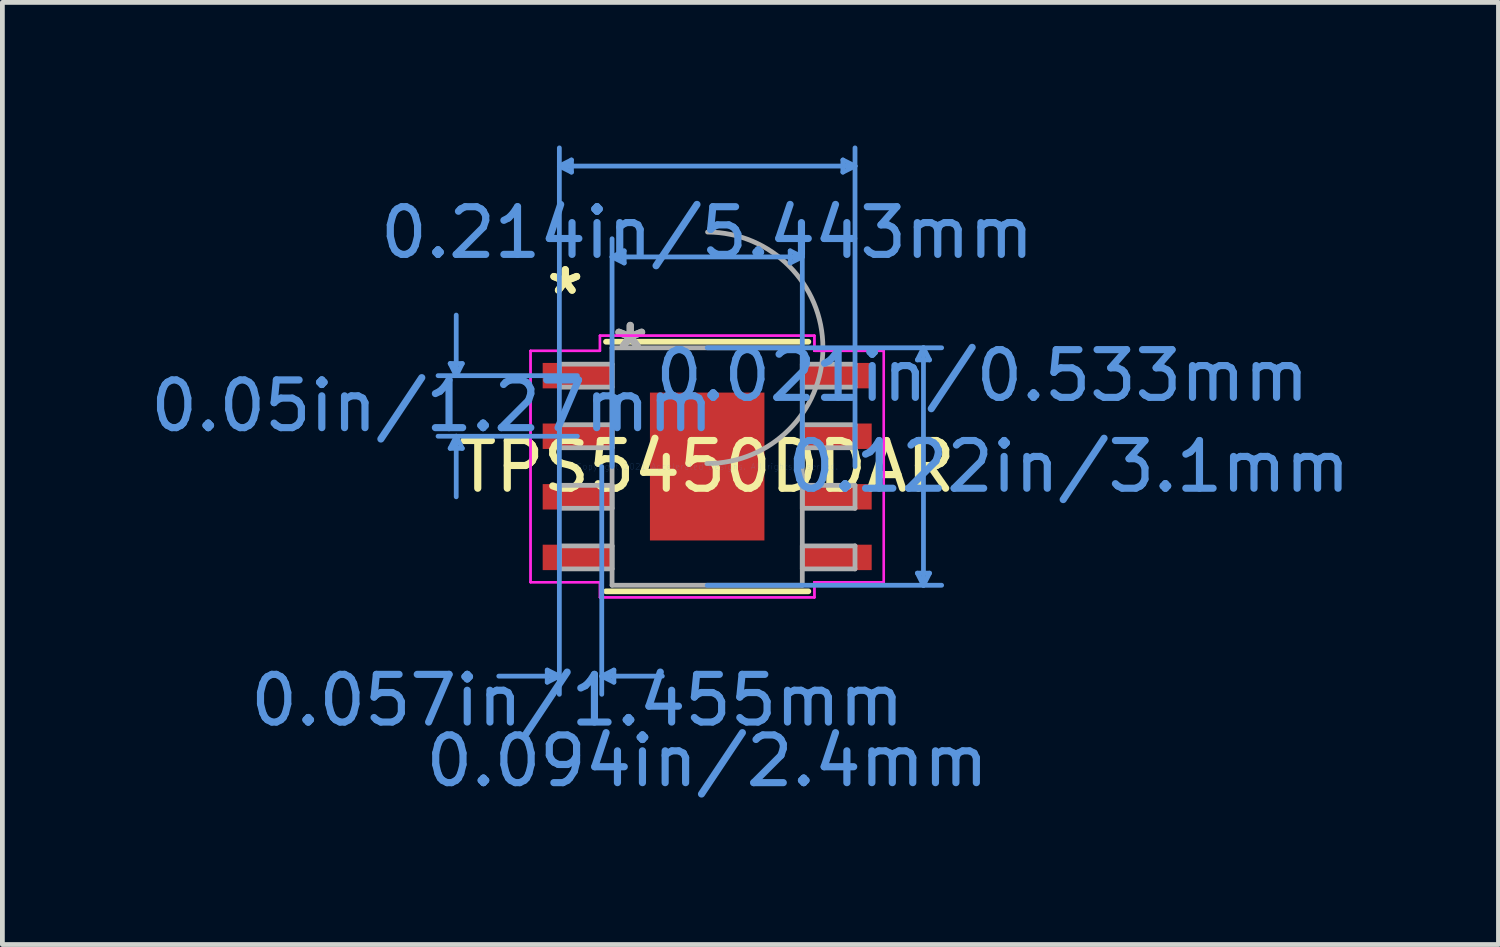
<source format=kicad_pcb>
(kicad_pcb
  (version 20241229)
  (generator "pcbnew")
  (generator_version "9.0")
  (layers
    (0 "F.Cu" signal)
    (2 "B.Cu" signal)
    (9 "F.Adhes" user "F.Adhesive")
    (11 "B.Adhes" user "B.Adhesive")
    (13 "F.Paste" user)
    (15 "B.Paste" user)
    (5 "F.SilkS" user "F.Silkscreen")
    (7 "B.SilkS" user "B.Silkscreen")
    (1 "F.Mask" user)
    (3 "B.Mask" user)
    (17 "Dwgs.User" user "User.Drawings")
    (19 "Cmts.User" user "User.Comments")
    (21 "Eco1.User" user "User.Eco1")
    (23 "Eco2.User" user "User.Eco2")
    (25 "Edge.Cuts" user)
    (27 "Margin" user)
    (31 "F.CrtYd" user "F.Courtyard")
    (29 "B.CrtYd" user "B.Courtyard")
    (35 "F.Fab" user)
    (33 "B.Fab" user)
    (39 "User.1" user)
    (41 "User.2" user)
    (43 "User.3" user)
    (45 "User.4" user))
  (footprint "TPS5450DDAR"
    (layer "F.Cu")
    (at 11.775 6.73)
    (property "Reference" "TPS5450DDAR" (at 0 0 0) (layer "F.SilkS") (effects (font (size 1 1) (thickness 0.15))))
    (attr through_hole)
    (fp_line (start -2.121 2.616) (end 2.121 2.616) (stroke (width 0.12) (type solid)) (layer "F.SilkS"))
    (fp_line (start 2.121 -2.616) (end -2.121 -2.616) (stroke (width 0.12) (type solid)) (layer "F.SilkS"))
    (fp_poly (pts (xy -1.1 -1.45) (xy -1.1 -0.1) (xy 1.1 -0.1) (xy 1.1 -1.45)) (stroke (width 0.1) (type solid)) (fill yes) (layer "F.Paste"))
    (fp_poly (pts (xy -1.1 0.1) (xy -1.1 1.45) (xy 1.1 1.45) (xy 1.1 0.1)) (stroke (width 0.1) (type solid)) (fill yes) (layer "F.Paste"))
    (fp_line (start -5.388 -2.159) (end -5.134 -2.159) (stroke (width 0.1) (type solid)) (layer "Cmts.User"))
    (fp_line (start -5.388 -0.381) (end -5.134 -0.381) (stroke (width 0.1) (type solid)) (layer "Cmts.User"))
    (fp_line (start -5.261 -1.905) (end -5.388 -2.159) (stroke (width 0.1) (type solid)) (layer "Cmts.User"))
    (fp_line (start -5.261 -1.905) (end -5.261 -3.175) (stroke (width 0.1) (type solid)) (layer "Cmts.User"))
    (fp_line (start -5.261 -1.905) (end -5.134 -2.159) (stroke (width 0.1) (type solid)) (layer "Cmts.User"))
    (fp_line (start -5.261 -0.635) (end -5.388 -0.381) (stroke (width 0.1) (type solid)) (layer "Cmts.User"))
    (fp_line (start -5.261 -0.635) (end -5.261 0.635) (stroke (width 0.1) (type solid)) (layer "Cmts.User"))
    (fp_line (start -5.261 -0.635) (end -5.134 -0.381) (stroke (width 0.1) (type solid)) (layer "Cmts.User"))
    (fp_line (start -3.353 4.267) (end -3.353 4.521) (stroke (width 0.1) (type solid)) (layer "Cmts.User"))
    (fp_line (start -3.099 -6.299) (end -2.845 -6.426) (stroke (width 0.1) (type solid)) (layer "Cmts.User"))
    (fp_line (start -3.099 -6.299) (end -2.845 -6.172) (stroke (width 0.1) (type solid)) (layer "Cmts.User"))
    (fp_line (start -3.099 -6.299) (end 3.099 -6.299) (stroke (width 0.1) (type solid)) (layer "Cmts.User"))
    (fp_line (start -3.099 0) (end -3.099 -6.68) (stroke (width 0.1) (type solid)) (layer "Cmts.User"))
    (fp_line (start -3.099 0) (end -3.099 4.775) (stroke (width 0.1) (type solid)) (layer "Cmts.User"))
    (fp_line (start -3.099 4.394) (end -4.369 4.394) (stroke (width 0.1) (type solid)) (layer "Cmts.User"))
    (fp_line (start -3.099 4.394) (end -3.353 4.267) (stroke (width 0.1) (type solid)) (layer "Cmts.User"))
    (fp_line (start -3.099 4.394) (end -3.353 4.521) (stroke (width 0.1) (type solid)) (layer "Cmts.User"))
    (fp_line (start -2.845 -6.426) (end -2.845 -6.172) (stroke (width 0.1) (type solid)) (layer "Cmts.User"))
    (fp_line (start -2.721 -1.905) (end -5.642 -1.905) (stroke (width 0.1) (type solid)) (layer "Cmts.User"))
    (fp_line (start -2.721 -0.635) (end -5.642 -0.635) (stroke (width 0.1) (type solid)) (layer "Cmts.User"))
    (fp_line (start -2.21 0) (end -2.21 4.775) (stroke (width 0.1) (type solid)) (layer "Cmts.User"))
    (fp_line (start -2.21 4.394) (end -1.956 4.267) (stroke (width 0.1) (type solid)) (layer "Cmts.User"))
    (fp_line (start -2.21 4.394) (end -1.956 4.521) (stroke (width 0.1) (type solid)) (layer "Cmts.User"))
    (fp_line (start -2.21 4.394) (end -0.94 4.394) (stroke (width 0.1) (type solid)) (layer "Cmts.User"))
    (fp_line (start -1.994 -4.394) (end -1.74 -4.521) (stroke (width 0.1) (type solid)) (layer "Cmts.User"))
    (fp_line (start -1.994 -4.394) (end -1.74 -4.267) (stroke (width 0.1) (type solid)) (layer "Cmts.User"))
    (fp_line (start -1.994 -4.394) (end 1.994 -4.394) (stroke (width 0.1) (type solid)) (layer "Cmts.User"))
    (fp_line (start -1.994 0) (end -1.994 -4.775) (stroke (width 0.1) (type solid)) (layer "Cmts.User"))
    (fp_line (start -1.956 4.267) (end -1.956 4.521) (stroke (width 0.1) (type solid)) (layer "Cmts.User"))
    (fp_line (start -1.74 -4.521) (end -1.74 -4.267) (stroke (width 0.1) (type solid)) (layer "Cmts.User"))
    (fp_line (start 0 -2.489) (end 4.915 -2.489) (stroke (width 0.1) (type solid)) (layer "Cmts.User"))
    (fp_line (start 0 2.489) (end 4.915 2.489) (stroke (width 0.1) (type solid)) (layer "Cmts.User"))
    (fp_line (start 1.74 -4.521) (end 1.74 -4.267) (stroke (width 0.1) (type solid)) (layer "Cmts.User"))
    (fp_line (start 1.994 -4.394) (end 1.74 -4.521) (stroke (width 0.1) (type solid)) (layer "Cmts.User"))
    (fp_line (start 1.994 -4.394) (end 1.74 -4.267) (stroke (width 0.1) (type solid)) (layer "Cmts.User"))
    (fp_line (start 1.994 0) (end 1.994 -4.775) (stroke (width 0.1) (type solid)) (layer "Cmts.User"))
    (fp_line (start 2.845 -6.426) (end 2.845 -6.172) (stroke (width 0.1) (type solid)) (layer "Cmts.User"))
    (fp_line (start 3.099 -6.299) (end 2.845 -6.426) (stroke (width 0.1) (type solid)) (layer "Cmts.User"))
    (fp_line (start 3.099 -6.299) (end 2.845 -6.172) (stroke (width 0.1) (type solid)) (layer "Cmts.User"))
    (fp_line (start 3.099 0) (end 3.099 -6.68) (stroke (width 0.1) (type solid)) (layer "Cmts.User"))
    (fp_line (start 4.407 -2.235) (end 4.661 -2.235) (stroke (width 0.1) (type solid)) (layer "Cmts.User"))
    (fp_line (start 4.407 2.235) (end 4.661 2.235) (stroke (width 0.1) (type solid)) (layer "Cmts.User"))
    (fp_line (start 4.534 -2.489) (end 4.407 -2.235) (stroke (width 0.1) (type solid)) (layer "Cmts.User"))
    (fp_line (start 4.534 -2.489) (end 4.534 2.489) (stroke (width 0.1) (type solid)) (layer "Cmts.User"))
    (fp_line (start 4.534 -2.489) (end 4.661 -2.235) (stroke (width 0.1) (type solid)) (layer "Cmts.User"))
    (fp_line (start 4.534 2.489) (end 4.407 2.235) (stroke (width 0.1) (type solid)) (layer "Cmts.User"))
    (fp_line (start 4.534 2.489) (end 4.661 2.235) (stroke (width 0.1) (type solid)) (layer "Cmts.User"))
    (fp_line (start -3.703 -2.425) (end -2.248 -2.425) (stroke (width 0.05) (type solid)) (layer "F.CrtYd"))
    (fp_line (start -3.703 -2.425) (end -2.248 -2.425) (stroke (width 0.05) (type solid)) (layer "F.CrtYd"))
    (fp_line (start -3.703 2.425) (end -3.703 -2.425) (stroke (width 0.05) (type solid)) (layer "F.CrtYd"))
    (fp_line (start -3.703 2.425) (end -3.703 -2.425) (stroke (width 0.05) (type solid)) (layer "F.CrtYd"))
    (fp_line (start -3.703 2.425) (end -2.248 2.425) (stroke (width 0.05) (type solid)) (layer "F.CrtYd"))
    (fp_line (start -2.248 -2.743) (end 2.248 -2.743) (stroke (width 0.05) (type solid)) (layer "F.CrtYd"))
    (fp_line (start -2.248 -2.743) (end 2.248 -2.743) (stroke (width 0.05) (type solid)) (layer "F.CrtYd"))
    (fp_line (start -2.248 -2.425) (end -2.248 -2.743) (stroke (width 0.05) (type solid)) (layer "F.CrtYd"))
    (fp_line (start -2.248 -2.425) (end -2.248 -2.743) (stroke (width 0.05) (type solid)) (layer "F.CrtYd"))
    (fp_line (start -2.248 2.425) (end -3.703 2.425) (stroke (width 0.05) (type solid)) (layer "F.CrtYd"))
    (fp_line (start -2.248 2.743) (end -2.248 2.425) (stroke (width 0.05) (type solid)) (layer "F.CrtYd"))
    (fp_line (start -2.248 2.743) (end -2.248 2.425) (stroke (width 0.05) (type solid)) (layer "F.CrtYd"))
    (fp_line (start 2.248 -2.743) (end 2.248 -2.425) (stroke (width 0.05) (type solid)) (layer "F.CrtYd"))
    (fp_line (start 2.248 -2.743) (end 2.248 -2.425) (stroke (width 0.05) (type solid)) (layer "F.CrtYd"))
    (fp_line (start 2.248 -2.425) (end 3.703 -2.425) (stroke (width 0.05) (type solid)) (layer "F.CrtYd"))
    (fp_line (start 2.248 2.425) (end 2.248 2.743) (stroke (width 0.05) (type solid)) (layer "F.CrtYd"))
    (fp_line (start 2.248 2.425) (end 2.248 2.743) (stroke (width 0.05) (type solid)) (layer "F.CrtYd"))
    (fp_line (start 2.248 2.743) (end -2.248 2.743) (stroke (width 0.05) (type solid)) (layer "F.CrtYd"))
    (fp_line (start 2.248 2.743) (end -2.248 2.743) (stroke (width 0.05) (type solid)) (layer "F.CrtYd"))
    (fp_line (start 3.703 -2.425) (end 2.248 -2.425) (stroke (width 0.05) (type solid)) (layer "F.CrtYd"))
    (fp_line (start 3.703 -2.425) (end 3.703 2.425) (stroke (width 0.05) (type solid)) (layer "F.CrtYd"))
    (fp_line (start 3.703 -2.425) (end 3.703 2.425) (stroke (width 0.05) (type solid)) (layer "F.CrtYd"))
    (fp_line (start 3.703 2.425) (end 2.248 2.425) (stroke (width 0.05) (type solid)) (layer "F.CrtYd"))
    (fp_line (start 3.703 2.425) (end 2.248 2.425) (stroke (width 0.05) (type solid)) (layer "F.CrtYd"))
    (fp_line (start -3.099 -2.146) (end -3.099 -1.664) (stroke (width 0.1) (type solid)) (layer "F.Fab"))
    (fp_line (start -3.099 -1.664) (end -1.994 -1.664) (stroke (width 0.1) (type solid)) (layer "F.Fab"))
    (fp_line (start -3.099 -0.876) (end -3.099 -0.394) (stroke (width 0.1) (type solid)) (layer "F.Fab"))
    (fp_line (start -3.099 -0.394) (end -1.994 -0.394) (stroke (width 0.1) (type solid)) (layer "F.Fab"))
    (fp_line (start -3.099 0.394) (end -3.099 0.876) (stroke (width 0.1) (type solid)) (layer "F.Fab"))
    (fp_line (start -3.099 0.876) (end -1.994 0.876) (stroke (width 0.1) (type solid)) (layer "F.Fab"))
    (fp_line (start -3.099 1.664) (end -3.099 2.146) (stroke (width 0.1) (type solid)) (layer "F.Fab"))
    (fp_line (start -3.099 2.146) (end -1.994 2.146) (stroke (width 0.1) (type solid)) (layer "F.Fab"))
    (fp_line (start -1.994 -2.489) (end -1.994 2.489) (stroke (width 0.1) (type solid)) (layer "F.Fab"))
    (fp_line (start -1.994 -2.146) (end -3.099 -2.146) (stroke (width 0.1) (type solid)) (layer "F.Fab"))
    (fp_line (start -1.994 -1.664) (end -1.994 -2.146) (stroke (width 0.1) (type solid)) (layer "F.Fab"))
    (fp_line (start -1.994 -0.876) (end -3.099 -0.876) (stroke (width 0.1) (type solid)) (layer "F.Fab"))
    (fp_line (start -1.994 -0.394) (end -1.994 -0.876) (stroke (width 0.1) (type solid)) (layer "F.Fab"))
    (fp_line (start -1.994 0.394) (end -3.099 0.394) (stroke (width 0.1) (type solid)) (layer "F.Fab"))
    (fp_line (start -1.994 0.876) (end -1.994 0.394) (stroke (width 0.1) (type solid)) (layer "F.Fab"))
    (fp_line (start -1.994 1.664) (end -3.099 1.664) (stroke (width 0.1) (type solid)) (layer "F.Fab"))
    (fp_line (start -1.994 2.146) (end -1.994 1.664) (stroke (width 0.1) (type solid)) (layer "F.Fab"))
    (fp_line (start -1.994 2.489) (end 1.994 2.489) (stroke (width 0.1) (type solid)) (layer "F.Fab"))
    (fp_line (start 1.994 -2.489) (end -1.994 -2.489) (stroke (width 0.1) (type solid)) (layer "F.Fab"))
    (fp_line (start 1.994 -2.146) (end 1.994 -1.664) (stroke (width 0.1) (type solid)) (layer "F.Fab"))
    (fp_line (start 1.994 -1.664) (end 3.099 -1.664) (stroke (width 0.1) (type solid)) (layer "F.Fab"))
    (fp_line (start 1.994 -0.876) (end 1.994 -0.394) (stroke (width 0.1) (type solid)) (layer "F.Fab"))
    (fp_line (start 1.994 -0.394) (end 3.099 -0.394) (stroke (width 0.1) (type solid)) (layer "F.Fab"))
    (fp_line (start 1.994 0.394) (end 1.994 0.876) (stroke (width 0.1) (type solid)) (layer "F.Fab"))
    (fp_line (start 1.994 0.876) (end 3.099 0.876) (stroke (width 0.1) (type solid)) (layer "F.Fab"))
    (fp_line (start 1.994 1.664) (end 1.994 2.146) (stroke (width 0.1) (type solid)) (layer "F.Fab"))
    (fp_line (start 1.994 2.146) (end 3.099 2.146) (stroke (width 0.1) (type solid)) (layer "F.Fab"))
    (fp_line (start 1.994 2.489) (end 1.994 -2.489) (stroke (width 0.1) (type solid)) (layer "F.Fab"))
    (fp_line (start 3.099 -2.146) (end 1.994 -2.146) (stroke (width 0.1) (type solid)) (layer "F.Fab"))
    (fp_line (start 3.099 -1.664) (end 3.099 -2.146) (stroke (width 0.1) (type solid)) (layer "F.Fab"))
    (fp_line (start 3.099 -0.876) (end 1.994 -0.876) (stroke (width 0.1) (type solid)) (layer "F.Fab"))
    (fp_line (start 3.099 -0.394) (end 3.099 -0.876) (stroke (width 0.1) (type solid)) (layer "F.Fab"))
    (fp_line (start 3.099 0.394) (end 1.994 0.394) (stroke (width 0.1) (type solid)) (layer "F.Fab"))
    (fp_line (start 3.099 0.876) (end 3.099 0.394) (stroke (width 0.1) (type solid)) (layer "F.Fab"))
    (fp_line (start 3.099 1.664) (end 1.994 1.664) (stroke (width 0.1) (type solid)) (layer "F.Fab"))
    (fp_line (start 3.099 2.146) (end 3.099 1.664) (stroke (width 0.1) (type solid)) (layer "F.Fab"))
    (fp_arc (start 0.007742 -4.915174) (mid 2.425974 -2.481458) (end -0.007742 -0.063226) (stroke (width 0.1) (type solid)) (layer "F.Fab"))
    (fp_text user "*" (at -2.975 -3.581 0) (layer "F.SilkS") (effects (font (size 1 1) (thickness 0.15))))
    (fp_text user "*" (at -2.975 -3.581 0) (layer "F.SilkS") (effects (font (size 1 1) (thickness 0.15))))
    (fp_text user "Copyright 2021 Accelerated Designs. All rights reserved." (at 0 0 0) (layer "Cmts.User") (effects (font (size 0.127 0.127) (thickness 0.002))))
    (fp_text user "0.094in/2.4mm" (at 0 6.172 0) (layer "Cmts.User") (effects (font (size 1 1) (thickness 0.15))))
    (fp_text user "0.122in/3.1mm" (at 7.582 0 0) (layer "Cmts.User") (effects (font (size 1 1) (thickness 0.15))))
    (fp_text user "0.05in/1.27mm" (at -5.769 -1.27 0) (layer "Cmts.User") (effects (font (size 1 1) (thickness 0.15))))
    (fp_text user "0.057in/1.455mm" (at -2.721 4.902 0) (layer "Cmts.User") (effects (font (size 1 1) (thickness 0.15))))
    (fp_text user "0.021in/0.533mm" (at 5.769 -1.905 0) (layer "Cmts.User") (effects (font (size 1 1) (thickness 0.15))))
    (fp_text user "0.214in/5.443mm" (at 0 -4.902 0) (layer "Cmts.User") (effects (font (size 1 1) (thickness 0.15))))
    (fp_text user "*" (at -1.613 -2.413 0) (layer "F.Fab") (effects (font (size 1 1) (thickness 0.15))))
    (fp_text user "*" (at -1.613 -2.413 0) (layer "F.Fab") (effects (font (size 1 1) (thickness 0.15))))
    (pad "1" smd rect (at -2.721 -1.905) (size 1.455 0.533) (layers "F.Cu" "F.Mask" "F.Paste"))
    (pad "2" smd rect (at -2.721 -0.635) (size 1.455 0.533) (layers "F.Cu" "F.Mask" "F.Paste"))
    (pad "3" smd rect (at -2.721 0.635) (size 1.455 0.533) (layers "F.Cu" "F.Mask" "F.Paste"))
    (pad "4" smd rect (at -2.721 1.905) (size 1.455 0.533) (layers "F.Cu" "F.Mask" "F.Paste"))
    (pad "5" smd rect (at 2.721 1.905) (size 1.455 0.533) (layers "F.Cu" "F.Mask" "F.Paste"))
    (pad "6" smd rect (at 2.721 0.635) (size 1.455 0.533) (layers "F.Cu" "F.Mask" "F.Paste"))
    (pad "7" smd rect (at 2.721 -0.635) (size 1.455 0.533) (layers "F.Cu" "F.Mask" "F.Paste"))
    (pad "8" smd rect (at 2.721 -1.905) (size 1.455 0.533) (layers "F.Cu" "F.Mask" "F.Paste"))
    (pad "EPAD" smd rect (at 0 0) (size 2.4 3.1) (layers "F.Cu" "F.Mask")))
  (gr_rect
    (start -3 -3)
    (end 28.363 16.751)
    (stroke (width 0.1) (type default))
    (fill no)
    (layer "Edge.Cuts")))
</source>
